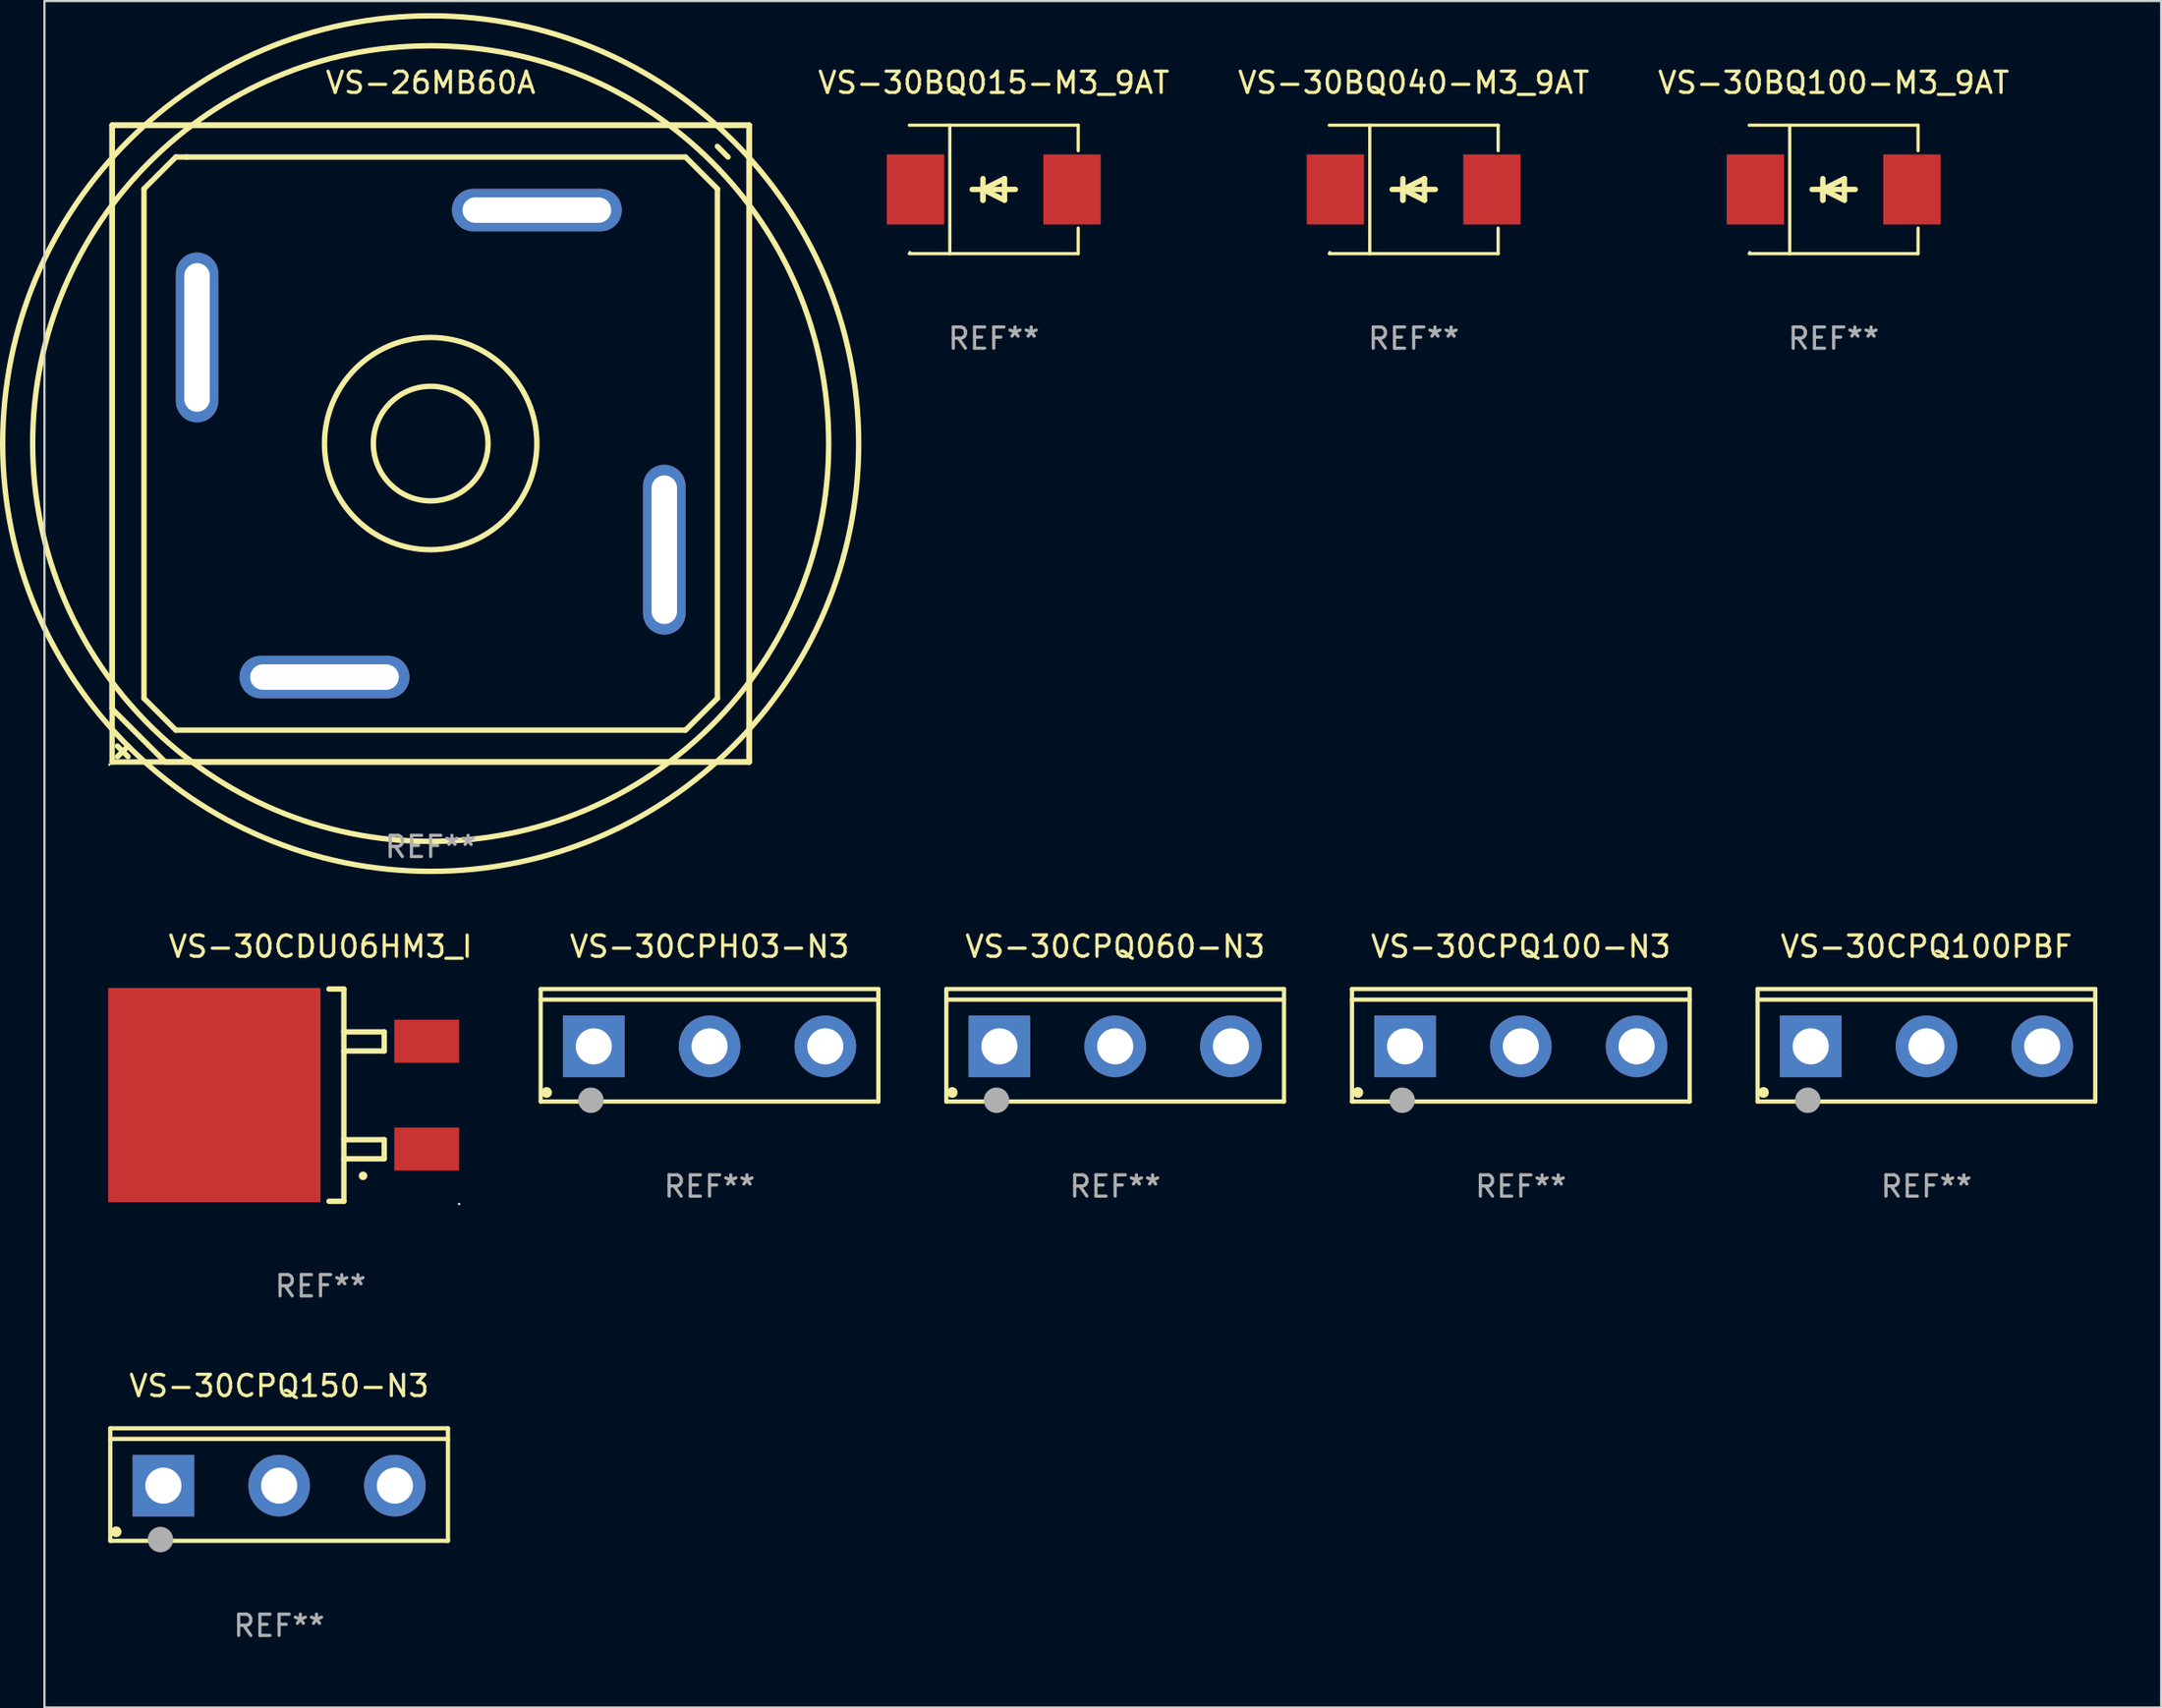
<source format=kicad_pcb>
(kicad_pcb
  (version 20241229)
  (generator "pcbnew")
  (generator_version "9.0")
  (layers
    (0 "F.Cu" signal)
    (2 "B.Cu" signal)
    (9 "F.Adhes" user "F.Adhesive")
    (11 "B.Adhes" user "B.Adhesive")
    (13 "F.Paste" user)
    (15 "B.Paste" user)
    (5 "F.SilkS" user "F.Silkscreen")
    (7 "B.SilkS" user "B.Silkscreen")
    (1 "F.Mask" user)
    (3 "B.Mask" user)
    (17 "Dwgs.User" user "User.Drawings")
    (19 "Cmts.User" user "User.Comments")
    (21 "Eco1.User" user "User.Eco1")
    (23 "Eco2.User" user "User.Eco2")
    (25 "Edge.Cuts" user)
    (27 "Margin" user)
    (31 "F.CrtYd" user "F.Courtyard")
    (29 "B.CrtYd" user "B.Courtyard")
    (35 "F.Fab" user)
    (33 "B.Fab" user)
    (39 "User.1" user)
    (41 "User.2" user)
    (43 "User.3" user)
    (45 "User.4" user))
  (footprint "VS-30CDU06HM3_I"
    (layer "F.Cu")
    (at 10 48.545)
    (property "Reference" "VS-30CDU06HM3_I" (at 0 -7 0) (layer "F.SilkS") (effects (font (size 1 1) (thickness 0.15))))
    (attr through_hole)
    (fp_line (start 0.4 -5) (end 1.1 -5) (stroke (width 0.254) (type solid)) (layer "F.SilkS"))
    (fp_line (start 1.1 -5) (end 1.1 5) (stroke (width 0.254) (type solid)) (layer "F.SilkS"))
    (fp_line (start 1.1 -2.08) (end 3 -2.08) (stroke (width 0.254) (type solid)) (layer "F.SilkS"))
    (fp_line (start 1.1 3) (end 3 3) (stroke (width 0.254) (type solid)) (layer "F.SilkS"))
    (fp_line (start 1.1 5) (end 0.4 5) (stroke (width 0.254) (type solid)) (layer "F.SilkS"))
    (fp_line (start 3 -2.98) (end 1.1 -2.98) (stroke (width 0.254) (type solid)) (layer "F.SilkS"))
    (fp_line (start 3 -2.08) (end 3 -2.98) (stroke (width 0.254) (type solid)) (layer "F.SilkS"))
    (fp_line (start 3 2.1) (end 1.1 2.1) (stroke (width 0.254) (type solid)) (layer "F.SilkS"))
    (fp_line (start 3 3) (end 3 2.1) (stroke (width 0.254) (type solid)) (layer "F.SilkS"))
    (fp_arc (start 2.000254 3.799848) (mid 2.001524 3.799844) (end 2.002794 3.799848) (stroke (width 0.4) (type solid)) (layer "F.SilkS"))
    (fp_circle (center 6.525 5.127) (end 6.555 5.127) (stroke (width 0.06) (type solid)) (fill no) (layer "F.SilkS"))
    (fp_text user "REF**" (at 0 9 0) (layer "F.Fab") (effects (font (size 1 1) (thickness 0.15))))
    (pad "1" smd rect (at 5 2.54 270) (size 2.03 3.05) (layers "F.Cu" "F.Mask" "F.Paste"))
    (pad "2" smd rect (at 5 -2.54 270) (size 2.03 3.05) (layers "F.Cu" "F.Mask" "F.Paste"))
    (pad "3" smd rect (at -5 -0.000254 270) (size 10.1 10) (layers "F.Cu" "F.Mask" "F.Paste")))
  (footprint "VS-30BQ100-M3_9AT"
    (layer "F.Cu")
    (at 81.249 5.874)
    (property "Reference" "VS-30BQ100-M3_9AT" (at 0 -5.026 0) (layer "F.SilkS") (effects (font (size 1 1) (thickness 0.15))))
    (attr through_hole)
    (fp_line (start -3.976 -3.026) (end 3.976 -3.026) (stroke (width 0.152) (type solid)) (layer "F.SilkS"))
    (fp_line (start -3.976 3.026) (end 3.976 3.026) (stroke (width 0.152) (type solid)) (layer "F.SilkS"))
    (fp_line (start -2.069 -3.026) (end -2.069 3.026) (stroke (width 0.152) (type solid)) (layer "F.SilkS"))
    (fp_line (start -0.508 0) (end -0.508 0.508) (stroke (width 0.254) (type solid)) (layer "F.SilkS"))
    (fp_line (start -0.508 0) (end 0.508 0.508) (stroke (width 0.254) (type solid)) (layer "F.SilkS"))
    (fp_line (start -0.508 0.508) (end -0.508 -0.508) (stroke (width 0.254) (type solid)) (layer "F.SilkS"))
    (fp_line (start 0.508 -0.508) (end -0.508 0) (stroke (width 0.254) (type solid)) (layer "F.SilkS"))
    (fp_line (start 0.508 0.508) (end 0.508 -0.508) (stroke (width 0.254) (type solid)) (layer "F.SilkS"))
    (fp_line (start 1.016 0) (end -1.016 0) (stroke (width 0.254) (type solid)) (layer "F.SilkS"))
    (fp_line (start 3.976 -3.026) (end 3.976 -1.823) (stroke (width 0.152) (type solid)) (layer "F.SilkS"))
    (fp_line (start 3.976 3.026) (end 3.976 1.823) (stroke (width 0.152) (type solid)) (layer "F.SilkS"))
    (fp_circle (center -3.95 2.95) (end -3.92 2.95) (stroke (width 0.06) (type solid)) (fill no) (layer "F.SilkS"))
    (fp_text user "REF**" (at 0 7.026 0) (layer "F.Fab") (effects (font (size 1 1) (thickness 0.15))))
    (pad "1" smd rect (at -3.686 0) (size 2.7 3.3) (layers "F.Cu" "F.Mask" "F.Paste"))
    (pad "2" smd rect (at 3.686 0) (size 2.7 3.3) (layers "F.Cu" "F.Mask" "F.Paste")))
  (footprint "VS-30CPQ100PBF"
    (layer "F.Cu")
    (at 85.619 46.195)
    (property "Reference" "VS-30CPQ100PBF" (at 0 -4.65 0) (layer "F.SilkS") (effects (font (size 1 1) (thickness 0.15))))
    (attr through_hole)
    (fp_line (start -7.95 -2.65) (end -7.95 2.65) (stroke (width 0.2) (type solid)) (layer "F.SilkS"))
    (fp_line (start -7.95 -2.15) (end 7.95 -2.15) (stroke (width 0.2) (type solid)) (layer "F.SilkS"))
    (fp_line (start -7.95 2.65) (end 7.95 2.65) (stroke (width 0.2) (type solid)) (layer "F.SilkS"))
    (fp_line (start 7.95 -2.65) (end -7.95 -2.65) (stroke (width 0.2) (type solid)) (layer "F.SilkS"))
    (fp_line (start 7.95 2.65) (end 7.95 -2.65) (stroke (width 0.2) (type solid)) (layer "F.SilkS"))
    (fp_circle (center -7.672 2.223) (end -7.545 2.223) (stroke (width 0.254) (type solid)) (fill no) (layer "F.SilkS"))
    (fp_circle (center -5.587 2.59) (end -5.287 2.59) (stroke (width 0.6) (type solid)) (fill no) (layer "F.Fab"))
    (fp_text user "REF**" (at 0 6.65 0) (layer "F.Fab") (effects (font (size 1 1) (thickness 0.15))))
    (pad "1" thru_hole rect (at -5.45 0.05) (size 2.9 2.9) (drill 1.7) (layers "*.Cu" "*.Mask"))
    (pad "2" thru_hole circle (at 0.001 0.05) (size 2.9 2.9) (drill 1.7) (layers "*.Cu" "*.Mask"))
    (pad "3" thru_hole circle (at 5.451 0.05) (size 2.9 2.9) (drill 1.7) (layers "*.Cu" "*.Mask")))
  (footprint "VS-30BQ040-M3_9AT"
    (layer "F.Cu")
    (at 61.475 5.874)
    (property "Reference" "VS-30BQ040-M3_9AT" (at 0 -5.026 0) (layer "F.SilkS") (effects (font (size 1 1) (thickness 0.15))))
    (attr through_hole)
    (fp_line (start -3.976 -3.026) (end 3.976 -3.026) (stroke (width 0.152) (type solid)) (layer "F.SilkS"))
    (fp_line (start -3.976 3.026) (end 3.976 3.026) (stroke (width 0.152) (type solid)) (layer "F.SilkS"))
    (fp_line (start -2.069 -3.026) (end -2.069 3.026) (stroke (width 0.152) (type solid)) (layer "F.SilkS"))
    (fp_line (start -0.508 0) (end -0.508 0.508) (stroke (width 0.254) (type solid)) (layer "F.SilkS"))
    (fp_line (start -0.508 0) (end 0.508 0.508) (stroke (width 0.254) (type solid)) (layer "F.SilkS"))
    (fp_line (start -0.508 0.508) (end -0.508 -0.508) (stroke (width 0.254) (type solid)) (layer "F.SilkS"))
    (fp_line (start 0.508 -0.508) (end -0.508 0) (stroke (width 0.254) (type solid)) (layer "F.SilkS"))
    (fp_line (start 0.508 0.508) (end 0.508 -0.508) (stroke (width 0.254) (type solid)) (layer "F.SilkS"))
    (fp_line (start 1.016 0) (end -1.016 0) (stroke (width 0.254) (type solid)) (layer "F.SilkS"))
    (fp_line (start 3.976 -3.026) (end 3.976 -1.823) (stroke (width 0.152) (type solid)) (layer "F.SilkS"))
    (fp_line (start 3.976 3.026) (end 3.976 1.823) (stroke (width 0.152) (type solid)) (layer "F.SilkS"))
    (fp_circle (center -3.95 2.95) (end -3.92 2.95) (stroke (width 0.06) (type solid)) (fill no) (layer "F.SilkS"))
    (fp_text user "REF**" (at 0 7.026 0) (layer "F.Fab") (effects (font (size 1 1) (thickness 0.15))))
    (pad "1" smd rect (at -3.686 0) (size 2.7 3.3) (layers "F.Cu" "F.Mask" "F.Paste"))
    (pad "2" smd rect (at 3.686 0) (size 2.7 3.3) (layers "F.Cu" "F.Mask" "F.Paste")))
  (footprint "VS-30CPQ100-N3"
    (layer "F.Cu")
    (at 66.519 46.195)
    (property "Reference" "VS-30CPQ100-N3" (at 0 -4.65 0) (layer "F.SilkS") (effects (font (size 1 1) (thickness 0.15))))
    (attr through_hole)
    (fp_line (start -7.95 -2.65) (end -7.95 2.65) (stroke (width 0.2) (type solid)) (layer "F.SilkS"))
    (fp_line (start -7.95 -2.15) (end 7.95 -2.15) (stroke (width 0.2) (type solid)) (layer "F.SilkS"))
    (fp_line (start -7.95 2.65) (end 7.95 2.65) (stroke (width 0.2) (type solid)) (layer "F.SilkS"))
    (fp_line (start 7.95 -2.65) (end -7.95 -2.65) (stroke (width 0.2) (type solid)) (layer "F.SilkS"))
    (fp_line (start 7.95 2.65) (end 7.95 -2.65) (stroke (width 0.2) (type solid)) (layer "F.SilkS"))
    (fp_circle (center -7.672 2.223) (end -7.545 2.223) (stroke (width 0.254) (type solid)) (fill no) (layer "F.SilkS"))
    (fp_circle (center -5.587 2.59) (end -5.287 2.59) (stroke (width 0.6) (type solid)) (fill no) (layer "F.Fab"))
    (fp_text user "REF**" (at 0 6.65 0) (layer "F.Fab") (effects (font (size 1 1) (thickness 0.15))))
    (pad "1" thru_hole rect (at -5.45 0.05) (size 2.9 2.9) (drill 1.7) (layers "*.Cu" "*.Mask"))
    (pad "2" thru_hole circle (at 0.001 0.05) (size 2.9 2.9) (drill 1.7) (layers "*.Cu" "*.Mask"))
    (pad "3" thru_hole circle (at 5.451 0.05) (size 2.9 2.9) (drill 1.7) (layers "*.Cu" "*.Mask")))
  (footprint "VS-30CPQ150-N3"
    (layer "F.Cu")
    (at 8.05 66.892)
    (property "Reference" "VS-30CPQ150-N3" (at 0 -4.65 0) (layer "F.SilkS") (effects (font (size 1 1) (thickness 0.15))))
    (attr through_hole)
    (fp_line (start -7.95 -2.65) (end -7.95 2.65) (stroke (width 0.2) (type solid)) (layer "F.SilkS"))
    (fp_line (start -7.95 -2.15) (end 7.95 -2.15) (stroke (width 0.2) (type solid)) (layer "F.SilkS"))
    (fp_line (start -7.95 2.65) (end 7.95 2.65) (stroke (width 0.2) (type solid)) (layer "F.SilkS"))
    (fp_line (start 7.95 -2.65) (end -7.95 -2.65) (stroke (width 0.2) (type solid)) (layer "F.SilkS"))
    (fp_line (start 7.95 2.65) (end 7.95 -2.65) (stroke (width 0.2) (type solid)) (layer "F.SilkS"))
    (fp_circle (center -7.672 2.223) (end -7.545 2.223) (stroke (width 0.254) (type solid)) (fill no) (layer "F.SilkS"))
    (fp_circle (center -5.587 2.59) (end -5.287 2.59) (stroke (width 0.6) (type solid)) (fill no) (layer "F.Fab"))
    (fp_text user "REF**" (at 0 6.65 0) (layer "F.Fab") (effects (font (size 1 1) (thickness 0.15))))
    (pad "1" thru_hole rect (at -5.45 0.05) (size 2.9 2.9) (drill 1.7) (layers "*.Cu" "*.Mask"))
    (pad "2" thru_hole circle (at 0.001 0.05) (size 2.9 2.9) (drill 1.7) (layers "*.Cu" "*.Mask"))
    (pad "3" thru_hole circle (at 5.451 0.05) (size 2.9 2.9) (drill 1.7) (layers "*.Cu" "*.Mask")))
  (footprint "VS-30BQ015-M3_9AT"
    (layer "F.Cu")
    (at 41.701 5.874)
    (property "Reference" "VS-30BQ015-M3_9AT" (at 0 -5.026 0) (layer "F.SilkS") (effects (font (size 1 1) (thickness 0.15))))
    (attr through_hole)
    (fp_line (start -3.976 -3.026) (end 3.976 -3.026) (stroke (width 0.152) (type solid)) (layer "F.SilkS"))
    (fp_line (start -3.976 3.026) (end 3.976 3.026) (stroke (width 0.152) (type solid)) (layer "F.SilkS"))
    (fp_line (start -2.069 -3.026) (end -2.069 3.026) (stroke (width 0.152) (type solid)) (layer "F.SilkS"))
    (fp_line (start -0.508 0) (end -0.508 0.508) (stroke (width 0.254) (type solid)) (layer "F.SilkS"))
    (fp_line (start -0.508 0) (end 0.508 0.508) (stroke (width 0.254) (type solid)) (layer "F.SilkS"))
    (fp_line (start -0.508 0.508) (end -0.508 -0.508) (stroke (width 0.254) (type solid)) (layer "F.SilkS"))
    (fp_line (start 0.508 -0.508) (end -0.508 0) (stroke (width 0.254) (type solid)) (layer "F.SilkS"))
    (fp_line (start 0.508 0.508) (end 0.508 -0.508) (stroke (width 0.254) (type solid)) (layer "F.SilkS"))
    (fp_line (start 1.016 0) (end -1.016 0) (stroke (width 0.254) (type solid)) (layer "F.SilkS"))
    (fp_line (start 3.976 -3.026) (end 3.976 -1.823) (stroke (width 0.152) (type solid)) (layer "F.SilkS"))
    (fp_line (start 3.976 3.026) (end 3.976 1.823) (stroke (width 0.152) (type solid)) (layer "F.SilkS"))
    (fp_circle (center -3.95 2.95) (end -3.92 2.95) (stroke (width 0.06) (type solid)) (fill no) (layer "F.SilkS"))
    (fp_text user "REF**" (at 0 7.026 0) (layer "F.Fab") (effects (font (size 1 1) (thickness 0.15))))
    (pad "1" smd rect (at -3.686 0) (size 2.7 3.3) (layers "F.Cu" "F.Mask" "F.Paste"))
    (pad "2" smd rect (at 3.686 0) (size 2.7 3.3) (layers "F.Cu" "F.Mask" "F.Paste")))
  (footprint "VS-26MB60A"
    (layer "F.Cu")
    (at 15.187 17.848)
    (property "Reference" "VS-26MB60A" (at 0 -17 0) (layer "F.SilkS") (effects (font (size 1 1) (thickness 0.15))))
    (attr through_hole)
    (fp_line (start -15 -15) (end 15 -15) (stroke (width 0.254) (type solid)) (layer "F.SilkS"))
    (fp_line (start -15 15) (end -15 -15) (stroke (width 0.254) (type solid)) (layer "F.SilkS"))
    (fp_line (start -14.999 -14.999) (end 14.999 -14.999) (stroke (width 0.254) (type solid)) (layer "F.SilkS"))
    (fp_line (start -14.999 12.499) (end -14.999 -14.999) (stroke (width 0.254) (type solid)) (layer "F.SilkS"))
    (fp_line (start -14.75 14.25) (end -14.25 14.75) (stroke (width 0.254) (type solid)) (layer "F.SilkS"))
    (fp_line (start -14.25 14.25) (end -14.75 14.75) (stroke (width 0.254) (type solid)) (layer "F.SilkS"))
    (fp_line (start -13.5 -12) (end -12 -13.5) (stroke (width 0.254) (type solid)) (layer "F.SilkS"))
    (fp_line (start -13.5 12) (end -13.5 -12) (stroke (width 0.254) (type solid)) (layer "F.SilkS"))
    (fp_line (start -12.499 14.999) (end -14.999 12.499) (stroke (width 0.254) (type solid)) (layer "F.SilkS"))
    (fp_line (start -12 -13.5) (end -11.5 -13.5) (stroke (width 0.254) (type solid)) (layer "F.SilkS"))
    (fp_line (start -12 13.5) (end -13.5 12) (stroke (width 0.254) (type solid)) (layer "F.SilkS"))
    (fp_line (start -11.5 -13.5) (end 12 -13.5) (stroke (width 0.254) (type solid)) (layer "F.SilkS"))
    (fp_line (start 12 -13.5) (end 13.5 -12) (stroke (width 0.254) (type solid)) (layer "F.SilkS"))
    (fp_line (start 12 13.5) (end -12 13.5) (stroke (width 0.254) (type solid)) (layer "F.SilkS"))
    (fp_line (start 13.5 -12) (end 13.5 12) (stroke (width 0.254) (type solid)) (layer "F.SilkS"))
    (fp_line (start 13.5 12) (end 12 13.5) (stroke (width 0.254) (type solid)) (layer "F.SilkS"))
    (fp_line (start 13.5 -14.001) (end 14.001 -13.5) (stroke (width 0.254) (type solid)) (layer "F.SilkS"))
    (fp_line (start 14.999 -14.999) (end 14.999 14.999) (stroke (width 0.254) (type solid)) (layer "F.SilkS"))
    (fp_line (start 14.999 14.999) (end -12.499 14.999) (stroke (width 0.254) (type solid)) (layer "F.SilkS"))
    (fp_line (start 15 -15) (end 15 15) (stroke (width 0.254) (type solid)) (layer "F.SilkS"))
    (fp_line (start 15 15) (end -15 15) (stroke (width 0.254) (type solid)) (layer "F.SilkS"))
    (fp_arc (start 13.303835 13.199721) (mid -13.303813 -13.199743) (end 13.303835 13.199721) (stroke (width 0.254001) (type solid)) (layer "F.SilkS"))
    (fp_arc (start 14.301803 14.198197) (mid -14.301825 -14.198175) (end 14.301803 14.198197) (stroke (width 0.254001) (type solid)) (layer "F.SilkS"))
    (fp_circle (center -15.127 15.127) (end -15.097 15.127) (stroke (width 0.06) (type solid)) (fill no) (layer "F.SilkS"))
    (fp_circle (center 0 0) (end 2.7 0) (stroke (width 0.254) (type solid)) (fill no) (layer "F.SilkS"))
    (fp_circle (center 0 0) (end 5 0) (stroke (width 0.254) (type solid)) (fill no) (layer "F.SilkS"))
    (fp_text user "REF**" (at 0 19 0) (layer "F.Fab") (effects (font (size 1 1) (thickness 0.15))))
    (pad "1" thru_hole oval (at -5 11 90) (size 2 8) (drill oval 1.2 7) (layers "*.Cu" "*.Mask"))
    (pad "2" thru_hole oval (at 11 5 180) (size 2 8) (drill oval 1.2 7) (layers "*.Cu" "*.Mask"))
    (pad "3" thru_hole oval (at 5 -11 90) (size 2 8) (drill oval 1.2 7) (layers "*.Cu" "*.Mask"))
    (pad "4" thru_hole oval (at -11 -5) (size 2 8) (drill oval 1.2 7) (layers "*.Cu" "*.Mask")))
  (footprint "VS-30CPH03-N3"
    (layer "F.Cu")
    (at 28.318 46.195)
    (property "Reference" "VS-30CPH03-N3" (at 0 -4.65 0) (layer "F.SilkS") (effects (font (size 1 1) (thickness 0.15))))
    (attr through_hole)
    (fp_line (start -7.95 -2.65) (end -7.95 2.65) (stroke (width 0.2) (type solid)) (layer "F.SilkS"))
    (fp_line (start -7.95 -2.15) (end 7.95 -2.15) (stroke (width 0.2) (type solid)) (layer "F.SilkS"))
    (fp_line (start -7.95 2.65) (end 7.95 2.65) (stroke (width 0.2) (type solid)) (layer "F.SilkS"))
    (fp_line (start 7.95 -2.65) (end -7.95 -2.65) (stroke (width 0.2) (type solid)) (layer "F.SilkS"))
    (fp_line (start 7.95 2.65) (end 7.95 -2.65) (stroke (width 0.2) (type solid)) (layer "F.SilkS"))
    (fp_circle (center -7.672 2.223) (end -7.545 2.223) (stroke (width 0.254) (type solid)) (fill no) (layer "F.SilkS"))
    (fp_circle (center -5.587 2.59) (end -5.287 2.59) (stroke (width 0.6) (type solid)) (fill no) (layer "F.Fab"))
    (fp_text user "REF**" (at 0 6.65 0) (layer "F.Fab") (effects (font (size 1 1) (thickness 0.15))))
    (pad "1" thru_hole rect (at -5.45 0.05) (size 2.9 2.9) (drill 1.7) (layers "*.Cu" "*.Mask"))
    (pad "2" thru_hole circle (at 0.001 0.05) (size 2.9 2.9) (drill 1.7) (layers "*.Cu" "*.Mask"))
    (pad "3" thru_hole circle (at 5.451 0.05) (size 2.9 2.9) (drill 1.7) (layers "*.Cu" "*.Mask")))
  (footprint "VS-30CPQ060-N3"
    (layer "F.Cu")
    (at 47.418 46.195)
    (property "Reference" "VS-30CPQ060-N3" (at 0 -4.65 0) (layer "F.SilkS") (effects (font (size 1 1) (thickness 0.15))))
    (attr through_hole)
    (fp_line (start -7.95 -2.65) (end -7.95 2.65) (stroke (width 0.2) (type solid)) (layer "F.SilkS"))
    (fp_line (start -7.95 -2.15) (end 7.95 -2.15) (stroke (width 0.2) (type solid)) (layer "F.SilkS"))
    (fp_line (start -7.95 2.65) (end 7.95 2.65) (stroke (width 0.2) (type solid)) (layer "F.SilkS"))
    (fp_line (start 7.95 -2.65) (end -7.95 -2.65) (stroke (width 0.2) (type solid)) (layer "F.SilkS"))
    (fp_line (start 7.95 2.65) (end 7.95 -2.65) (stroke (width 0.2) (type solid)) (layer "F.SilkS"))
    (fp_circle (center -7.672 2.223) (end -7.545 2.223) (stroke (width 0.254) (type solid)) (fill no) (layer "F.SilkS"))
    (fp_circle (center -5.587 2.59) (end -5.287 2.59) (stroke (width 0.6) (type solid)) (fill no) (layer "F.Fab"))
    (fp_text user "REF**" (at 0 6.65 0) (layer "F.Fab") (effects (font (size 1 1) (thickness 0.15))))
    (pad "1" thru_hole rect (at -5.45 0.05) (size 2.9 2.9) (drill 1.7) (layers "*.Cu" "*.Mask"))
    (pad "2" thru_hole circle (at 0.001 0.05) (size 2.9 2.9) (drill 1.7) (layers "*.Cu" "*.Mask"))
    (pad "3" thru_hole circle (at 5.451 0.05) (size 2.9 2.9) (drill 1.7) (layers "*.Cu" "*.Mask")))
  (gr_rect
    (start -3 -3)
    (end 96.669 77.391)
    (stroke (width 0.1) (type default))
    (fill no)
    (layer "Edge.Cuts")))
</source>
